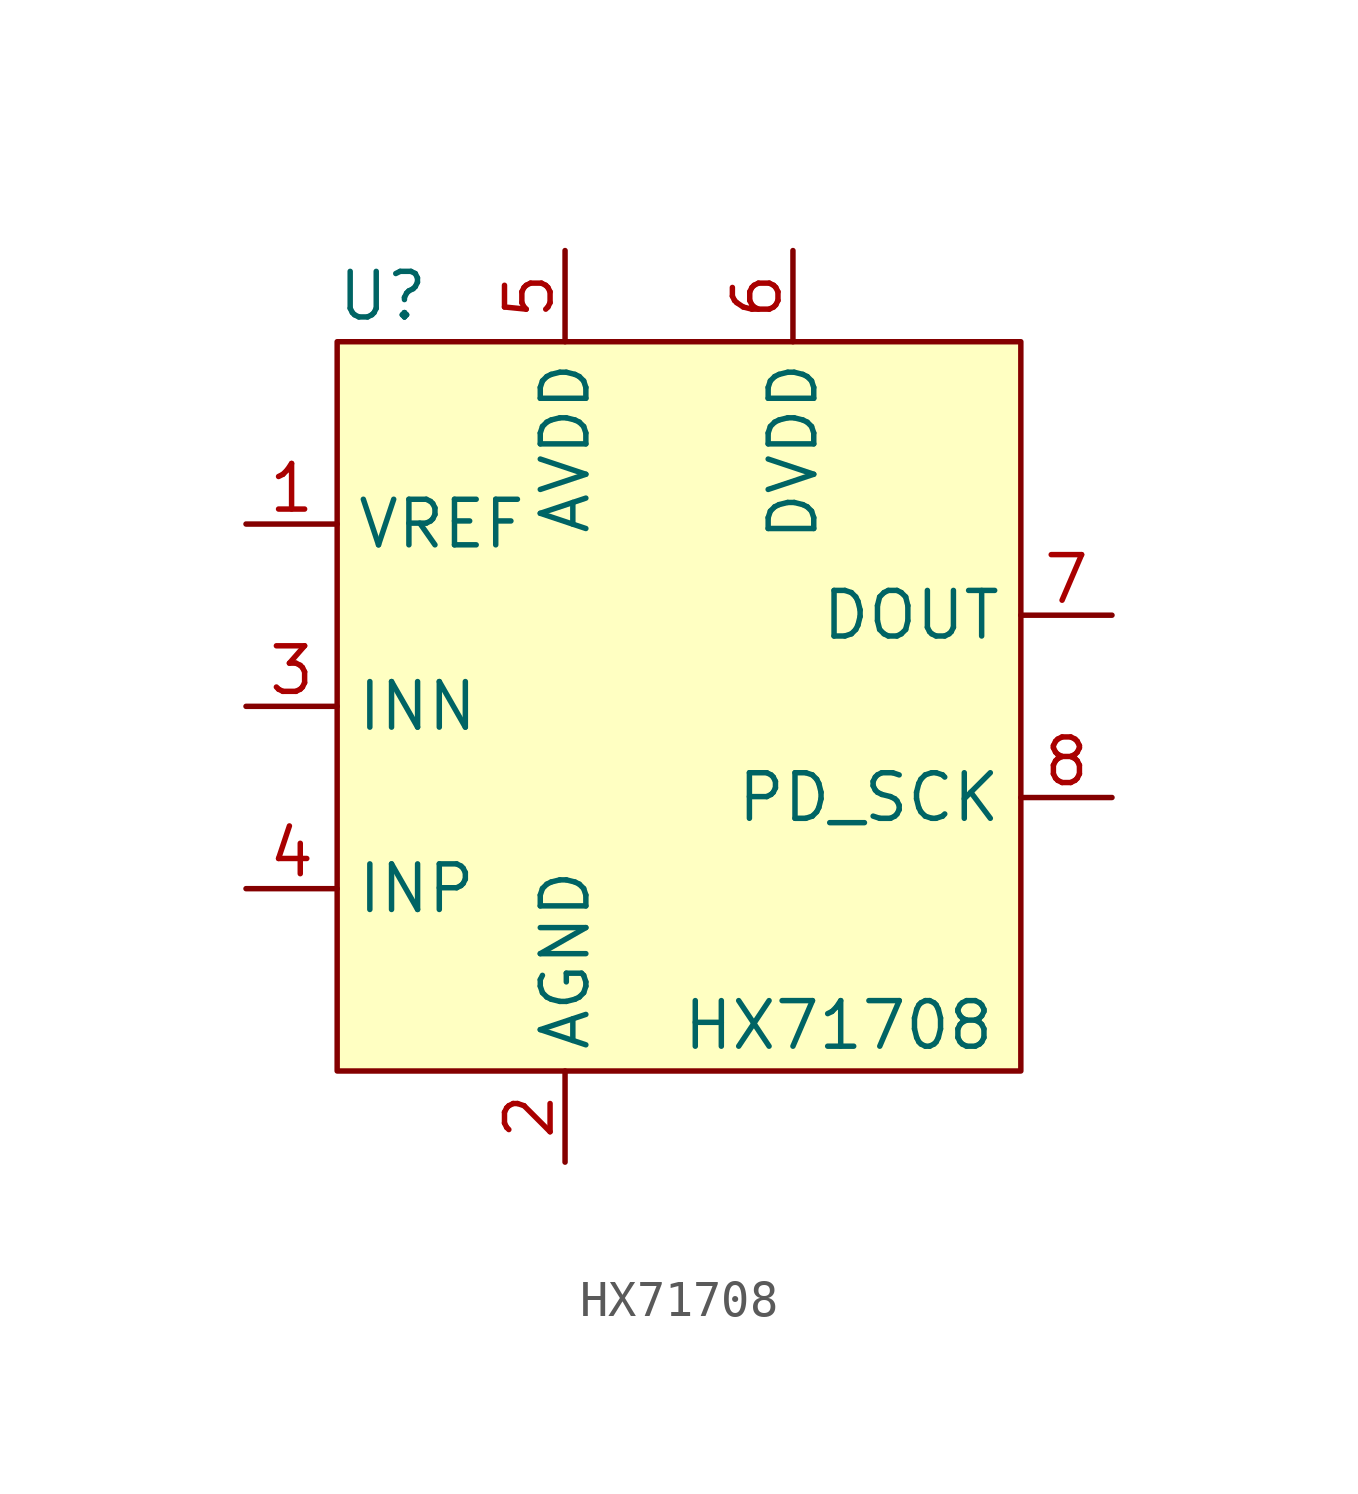
<source format=kicad_sym>
(kicad_symbol_lib
  (version 20220914)
  (generator kicad_symbol_editor)
  (symbol "HX71708"
    (property "Reference" "U"
      (at -6.35 8.89 0)
      (effects (font (size 1.27 1.27))))
    (property "Value" "HX71708"
      (at 6.35 -11.43 0)
      (effects (font (size 1.27 1.27))))
    (symbol "HX71708_1_1"
      (rectangle (start -7.62 7.62) (end 11.43 -12.7) (stroke (width 0) (type default)) (fill (type background)))
      (pin input line (at -10.16 2.54 0) (length 2.54) (name "VREF" (effects (font (size 1.27 1.27)))) (number "1" (effects (font (size 1.27 1.27)))))
      (pin power_in line (at -1.27 -15.24 90) (length 2.54) (name "AGND" (effects (font (size 1.27 1.27)))) (number "2" (effects (font (size 1.27 1.27)))))
      (pin input line (at -10.16 -2.54 0) (length 2.54) (name "INN" (effects (font (size 1.27 1.27)))) (number "3" (effects (font (size 1.27 1.27)))))
      (pin input line (at -10.16 -7.62 0) (length 2.54) (name "INP" (effects (font (size 1.27 1.27)))) (number "4" (effects (font (size 1.27 1.27)))))
      (pin power_out line (at -1.27 10.16 270) (length 2.54) (name "AVDD" (effects (font (size 1.27 1.27)))) (number "5" (effects (font (size 1.27 1.27)))))
      (pin power_in line (at 5.08 10.16 270) (length 2.54) (name "DVDD" (effects (font (size 1.27 1.27)))) (number "6" (effects (font (size 1.27 1.27)))))
      (pin output line (at 13.97 0 180) (length 2.54) (name "DOUT" (effects (font (size 1.27 1.27)))) (number "7" (effects (font (size 1.27 1.27)))))
      (pin input line (at 13.97 -5.08 180) (length 2.54) (name "PD_SCK" (effects (font (size 1.27 1.27)))) (number "8" (effects (font (size 1.27 1.27))))))))
</source>
